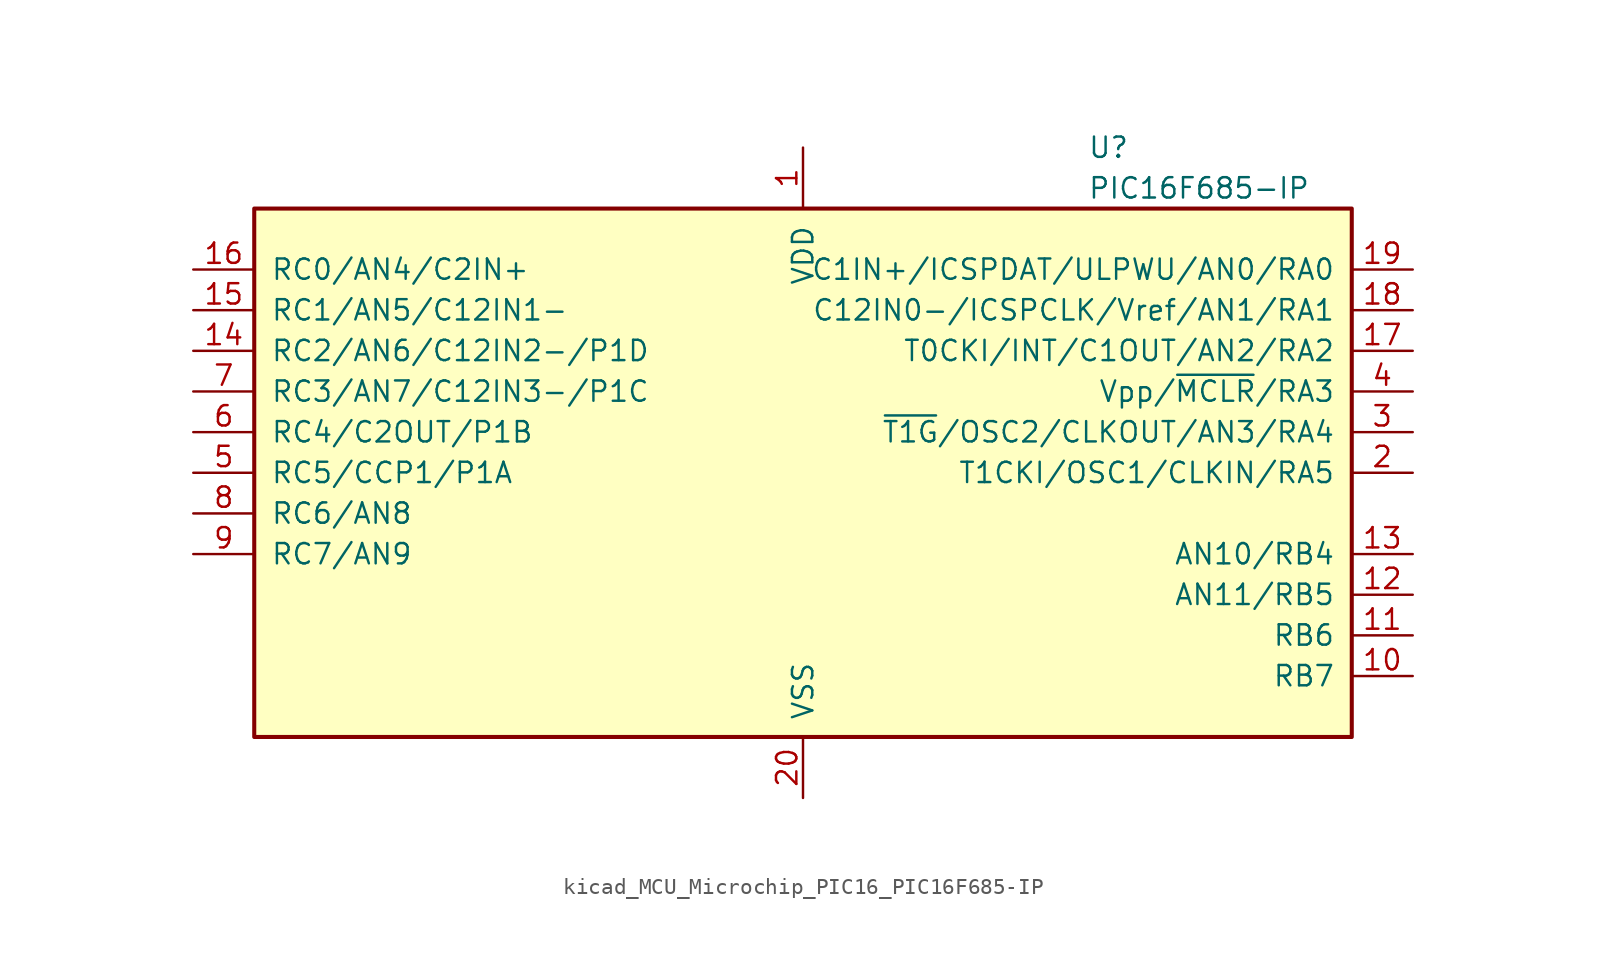
<source format=kicad_sym>
(kicad_symbol_lib
  (version 20220914)
  (generator kicad_symbol_editor)
  (symbol "kicad_MCU_Microchip_PIC16_PIC16F685-IP"
    (pin_names
      (offset 1.016))
    (property "Reference" "U"
      (at 17.78 20.32 0)
      (effects (font (size 1.27 1.27)) (justify left)))
    (property "Value" "PIC16F685-IP"
      (at 17.78 17.78 0)
      (effects (font (size 1.27 1.27)) (justify left)))
    (symbol "kicad_MCU_Microchip_PIC16_PIC16F685-IP_0_1"
      (rectangle (start -34.29 16.51) (end 34.29 -16.51) (stroke (width 0.254) (type default)) (fill (type background))))
    (symbol "kicad_MCU_Microchip_PIC16_PIC16F685-IP_1_1"
      (pin power_in line (at 0 20.32 270) (length 3.81) (name "VDD" (effects (font (size 1.27 1.27)))) (number "1" (effects (font (size 1.27 1.27)))))
      (pin bidirectional line (at 38.1 -12.7 180) (length 3.81) (name "RB7" (effects (font (size 1.27 1.27)))) (number "10" (effects (font (size 1.27 1.27)))))
      (pin bidirectional line (at 38.1 -10.16 180) (length 3.81) (name "RB6" (effects (font (size 1.27 1.27)))) (number "11" (effects (font (size 1.27 1.27)))))
      (pin bidirectional line (at 38.1 -7.62 180) (length 3.81) (name "AN11/RB5" (effects (font (size 1.27 1.27)))) (number "12" (effects (font (size 1.27 1.27)))))
      (pin bidirectional line (at 38.1 -5.08 180) (length 3.81) (name "AN10/RB4" (effects (font (size 1.27 1.27)))) (number "13" (effects (font (size 1.27 1.27)))))
      (pin bidirectional line (at -38.1 7.62 0) (length 3.81) (name "RC2/AN6/C12IN2-/P1D" (effects (font (size 1.27 1.27)))) (number "14" (effects (font (size 1.27 1.27)))))
      (pin bidirectional line (at -38.1 10.16 0) (length 3.81) (name "RC1/AN5/C12IN1-" (effects (font (size 1.27 1.27)))) (number "15" (effects (font (size 1.27 1.27)))))
      (pin bidirectional line (at -38.1 12.7 0) (length 3.81) (name "RC0/AN4/C2IN+" (effects (font (size 1.27 1.27)))) (number "16" (effects (font (size 1.27 1.27)))))
      (pin bidirectional line (at 38.1 7.62 180) (length 3.81) (name "T0CKI/INT/C1OUT/AN2/RA2" (effects (font (size 1.27 1.27)))) (number "17" (effects (font (size 1.27 1.27)))))
      (pin bidirectional line (at 38.1 10.16 180) (length 3.81) (name "C12IN0-/ICSPCLK/Vref/AN1/RA1" (effects (font (size 1.27 1.27)))) (number "18" (effects (font (size 1.27 1.27)))))
      (pin bidirectional line (at 38.1 12.7 180) (length 3.81) (name "C1IN+/ICSPDAT/ULPWU/AN0/RA0" (effects (font (size 1.27 1.27)))) (number "19" (effects (font (size 1.27 1.27)))))
      (pin bidirectional line (at 38.1 0 180) (length 3.81) (name "T1CKI/OSC1/CLKIN/RA5" (effects (font (size 1.27 1.27)))) (number "2" (effects (font (size 1.27 1.27)))))
      (pin power_in line (at 0 -20.32 90) (length 3.81) (name "VSS" (effects (font (size 1.27 1.27)))) (number "20" (effects (font (size 1.27 1.27)))))
      (pin bidirectional line (at 38.1 2.54 180) (length 3.81) (name "~{T1G}/OSC2/CLKOUT/AN3/RA4" (effects (font (size 1.27 1.27)))) (number "3" (effects (font (size 1.27 1.27)))))
      (pin input line (at 38.1 5.08 180) (length 3.81) (name "Vpp/~{MCLR}/RA3" (effects (font (size 1.27 1.27)))) (number "4" (effects (font (size 1.27 1.27)))))
      (pin bidirectional line (at -38.1 0 0) (length 3.81) (name "RC5/CCP1/P1A" (effects (font (size 1.27 1.27)))) (number "5" (effects (font (size 1.27 1.27)))))
      (pin bidirectional line (at -38.1 2.54 0) (length 3.81) (name "RC4/C2OUT/P1B" (effects (font (size 1.27 1.27)))) (number "6" (effects (font (size 1.27 1.27)))))
      (pin bidirectional line (at -38.1 5.08 0) (length 3.81) (name "RC3/AN7/C12IN3-/P1C" (effects (font (size 1.27 1.27)))) (number "7" (effects (font (size 1.27 1.27)))))
      (pin bidirectional line (at -38.1 -2.54 0) (length 3.81) (name "RC6/AN8" (effects (font (size 1.27 1.27)))) (number "8" (effects (font (size 1.27 1.27)))))
      (pin bidirectional line (at -38.1 -5.08 0) (length 3.81) (name "RC7/AN9" (effects (font (size 1.27 1.27)))) (number "9" (effects (font (size 1.27 1.27))))))))
</source>
